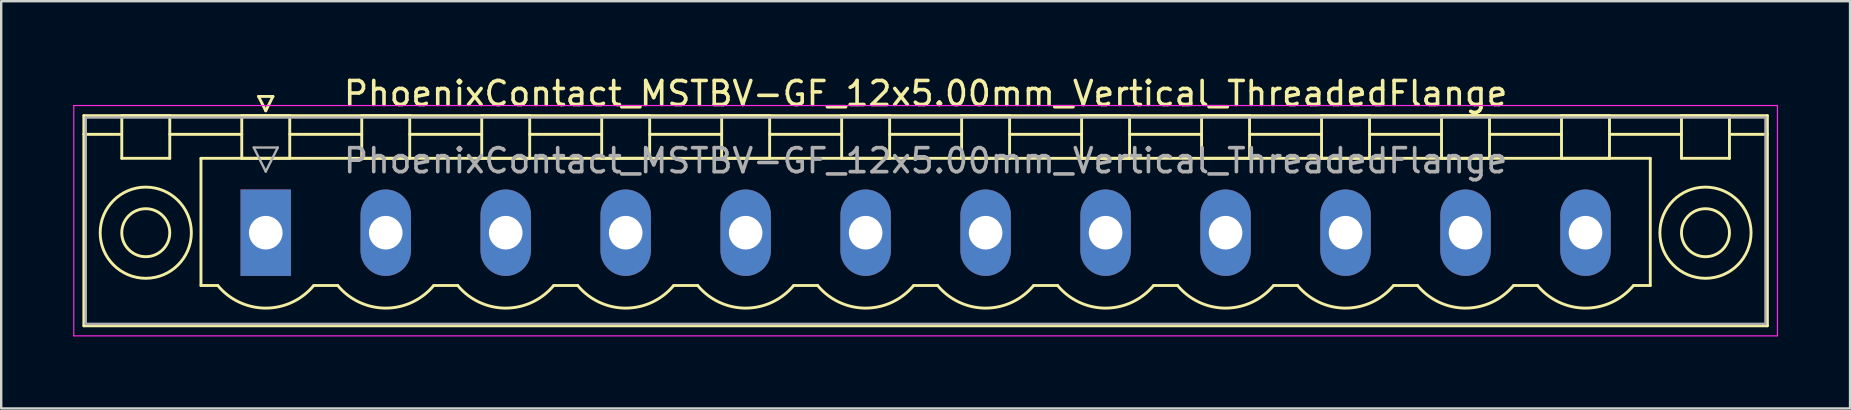
<source format=kicad_pcb>
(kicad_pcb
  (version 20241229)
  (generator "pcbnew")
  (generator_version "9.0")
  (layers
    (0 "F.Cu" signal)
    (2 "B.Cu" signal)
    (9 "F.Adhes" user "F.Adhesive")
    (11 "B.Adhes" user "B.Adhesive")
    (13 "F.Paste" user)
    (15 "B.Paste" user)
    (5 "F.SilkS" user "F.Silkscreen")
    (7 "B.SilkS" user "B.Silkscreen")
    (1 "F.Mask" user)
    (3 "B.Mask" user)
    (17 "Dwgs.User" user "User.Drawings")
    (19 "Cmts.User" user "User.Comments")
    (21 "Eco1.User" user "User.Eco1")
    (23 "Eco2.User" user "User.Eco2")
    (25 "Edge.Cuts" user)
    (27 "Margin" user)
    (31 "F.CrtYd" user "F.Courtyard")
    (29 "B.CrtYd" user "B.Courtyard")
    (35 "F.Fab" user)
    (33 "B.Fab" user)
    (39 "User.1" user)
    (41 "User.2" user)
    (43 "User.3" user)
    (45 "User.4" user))
  (footprint "PhoenixContact_MSTBV-GF_12x5.00mm_Vertical_ThreadedFlange"
    (layer "F.Cu")
    (at 8.025 6.648)
    (property "Reference" "PhoenixContact_MSTBV-GF_12x5.00mm_Vertical_ThreadedFlange" (at 27.5 -5.8 0) (layer "F.SilkS") (effects (font (size 1 1) (thickness 0.15))))
    (attr through_hole)
    (fp_line (start -7.58 -4.88) (end -7.58 3.88) (stroke (width 0.12) (type solid)) (layer "F.SilkS"))
    (fp_line (start -7.58 -4.1) (end -6.08 -4.1) (stroke (width 0.12) (type solid)) (layer "F.SilkS"))
    (fp_line (start -7.58 3.88) (end 62.58 3.88) (stroke (width 0.12) (type solid)) (layer "F.SilkS"))
    (fp_line (start -6 -4.88) (end -4 -4.88) (stroke (width 0.12) (type solid)) (layer "F.SilkS"))
    (fp_line (start -6 -3.1) (end -6 -4.88) (stroke (width 0.12) (type solid)) (layer "F.SilkS"))
    (fp_line (start -4 -4.88) (end -4 -3.1) (stroke (width 0.12) (type solid)) (layer "F.SilkS"))
    (fp_line (start -4 -4.1) (end -1 -4.1) (stroke (width 0.12) (type solid)) (layer "F.SilkS"))
    (fp_line (start -4 -3.1) (end -6 -3.1) (stroke (width 0.12) (type solid)) (layer "F.SilkS"))
    (fp_line (start -2.7 -3.1) (end 57.7 -3.1) (stroke (width 0.12) (type solid)) (layer "F.SilkS"))
    (fp_line (start -2.7 2.2) (end -2.7 -3.1) (stroke (width 0.12) (type solid)) (layer "F.SilkS"))
    (fp_line (start -2 2.2) (end -2.7 2.2) (stroke (width 0.12) (type solid)) (layer "F.SilkS"))
    (fp_line (start -1 -4.88) (end 1 -4.88) (stroke (width 0.12) (type solid)) (layer "F.SilkS"))
    (fp_line (start -1 -3.1) (end -1 -4.88) (stroke (width 0.12) (type solid)) (layer "F.SilkS"))
    (fp_line (start -0.3 -5.68) (end 0.3 -5.68) (stroke (width 0.12) (type solid)) (layer "F.SilkS"))
    (fp_line (start 0 -5.08) (end -0.3 -5.68) (stroke (width 0.12) (type solid)) (layer "F.SilkS"))
    (fp_line (start 0.3 -5.68) (end 0 -5.08) (stroke (width 0.12) (type solid)) (layer "F.SilkS"))
    (fp_line (start 1 -4.88) (end 1 -3.1) (stroke (width 0.12) (type solid)) (layer "F.SilkS"))
    (fp_line (start 1 -4.1) (end 4 -4.1) (stroke (width 0.12) (type solid)) (layer "F.SilkS"))
    (fp_line (start 1 -3.1) (end -1 -3.1) (stroke (width 0.12) (type solid)) (layer "F.SilkS"))
    (fp_line (start 2 2.2) (end 3 2.2) (stroke (width 0.12) (type solid)) (layer "F.SilkS"))
    (fp_line (start 4 -4.88) (end 6 -4.88) (stroke (width 0.12) (type solid)) (layer "F.SilkS"))
    (fp_line (start 4 -3.1) (end 4 -4.88) (stroke (width 0.12) (type solid)) (layer "F.SilkS"))
    (fp_line (start 6 -4.88) (end 6 -3.1) (stroke (width 0.12) (type solid)) (layer "F.SilkS"))
    (fp_line (start 6 -4.1) (end 9 -4.1) (stroke (width 0.12) (type solid)) (layer "F.SilkS"))
    (fp_line (start 6 -3.1) (end 4 -3.1) (stroke (width 0.12) (type solid)) (layer "F.SilkS"))
    (fp_line (start 7 2.2) (end 8 2.2) (stroke (width 0.12) (type solid)) (layer "F.SilkS"))
    (fp_line (start 9 -4.88) (end 11 -4.88) (stroke (width 0.12) (type solid)) (layer "F.SilkS"))
    (fp_line (start 9 -3.1) (end 9 -4.88) (stroke (width 0.12) (type solid)) (layer "F.SilkS"))
    (fp_line (start 11 -4.88) (end 11 -3.1) (stroke (width 0.12) (type solid)) (layer "F.SilkS"))
    (fp_line (start 11 -4.1) (end 14 -4.1) (stroke (width 0.12) (type solid)) (layer "F.SilkS"))
    (fp_line (start 11 -3.1) (end 9 -3.1) (stroke (width 0.12) (type solid)) (layer "F.SilkS"))
    (fp_line (start 12 2.2) (end 13 2.2) (stroke (width 0.12) (type solid)) (layer "F.SilkS"))
    (fp_line (start 14 -4.88) (end 16 -4.88) (stroke (width 0.12) (type solid)) (layer "F.SilkS"))
    (fp_line (start 14 -3.1) (end 14 -4.88) (stroke (width 0.12) (type solid)) (layer "F.SilkS"))
    (fp_line (start 16 -4.88) (end 16 -3.1) (stroke (width 0.12) (type solid)) (layer "F.SilkS"))
    (fp_line (start 16 -4.1) (end 19 -4.1) (stroke (width 0.12) (type solid)) (layer "F.SilkS"))
    (fp_line (start 16 -3.1) (end 14 -3.1) (stroke (width 0.12) (type solid)) (layer "F.SilkS"))
    (fp_line (start 17 2.2) (end 18 2.2) (stroke (width 0.12) (type solid)) (layer "F.SilkS"))
    (fp_line (start 19 -4.88) (end 21 -4.88) (stroke (width 0.12) (type solid)) (layer "F.SilkS"))
    (fp_line (start 19 -3.1) (end 19 -4.88) (stroke (width 0.12) (type solid)) (layer "F.SilkS"))
    (fp_line (start 21 -4.88) (end 21 -3.1) (stroke (width 0.12) (type solid)) (layer "F.SilkS"))
    (fp_line (start 21 -4.1) (end 24 -4.1) (stroke (width 0.12) (type solid)) (layer "F.SilkS"))
    (fp_line (start 21 -3.1) (end 19 -3.1) (stroke (width 0.12) (type solid)) (layer "F.SilkS"))
    (fp_line (start 22 2.2) (end 23 2.2) (stroke (width 0.12) (type solid)) (layer "F.SilkS"))
    (fp_line (start 24 -4.88) (end 26 -4.88) (stroke (width 0.12) (type solid)) (layer "F.SilkS"))
    (fp_line (start 24 -3.1) (end 24 -4.88) (stroke (width 0.12) (type solid)) (layer "F.SilkS"))
    (fp_line (start 26 -4.88) (end 26 -3.1) (stroke (width 0.12) (type solid)) (layer "F.SilkS"))
    (fp_line (start 26 -4.1) (end 29 -4.1) (stroke (width 0.12) (type solid)) (layer "F.SilkS"))
    (fp_line (start 26 -3.1) (end 24 -3.1) (stroke (width 0.12) (type solid)) (layer "F.SilkS"))
    (fp_line (start 27 2.2) (end 28 2.2) (stroke (width 0.12) (type solid)) (layer "F.SilkS"))
    (fp_line (start 29 -4.88) (end 31 -4.88) (stroke (width 0.12) (type solid)) (layer "F.SilkS"))
    (fp_line (start 29 -3.1) (end 29 -4.88) (stroke (width 0.12) (type solid)) (layer "F.SilkS"))
    (fp_line (start 31 -4.88) (end 31 -3.1) (stroke (width 0.12) (type solid)) (layer "F.SilkS"))
    (fp_line (start 31 -4.1) (end 34 -4.1) (stroke (width 0.12) (type solid)) (layer "F.SilkS"))
    (fp_line (start 31 -3.1) (end 29 -3.1) (stroke (width 0.12) (type solid)) (layer "F.SilkS"))
    (fp_line (start 32 2.2) (end 33 2.2) (stroke (width 0.12) (type solid)) (layer "F.SilkS"))
    (fp_line (start 34 -4.88) (end 36 -4.88) (stroke (width 0.12) (type solid)) (layer "F.SilkS"))
    (fp_line (start 34 -3.1) (end 34 -4.88) (stroke (width 0.12) (type solid)) (layer "F.SilkS"))
    (fp_line (start 36 -4.88) (end 36 -3.1) (stroke (width 0.12) (type solid)) (layer "F.SilkS"))
    (fp_line (start 36 -4.1) (end 39 -4.1) (stroke (width 0.12) (type solid)) (layer "F.SilkS"))
    (fp_line (start 36 -3.1) (end 34 -3.1) (stroke (width 0.12) (type solid)) (layer "F.SilkS"))
    (fp_line (start 37 2.2) (end 38 2.2) (stroke (width 0.12) (type solid)) (layer "F.SilkS"))
    (fp_line (start 39 -4.88) (end 41 -4.88) (stroke (width 0.12) (type solid)) (layer "F.SilkS"))
    (fp_line (start 39 -3.1) (end 39 -4.88) (stroke (width 0.12) (type solid)) (layer "F.SilkS"))
    (fp_line (start 41 -4.88) (end 41 -3.1) (stroke (width 0.12) (type solid)) (layer "F.SilkS"))
    (fp_line (start 41 -4.1) (end 44 -4.1) (stroke (width 0.12) (type solid)) (layer "F.SilkS"))
    (fp_line (start 41 -3.1) (end 39 -3.1) (stroke (width 0.12) (type solid)) (layer "F.SilkS"))
    (fp_line (start 42 2.2) (end 43 2.2) (stroke (width 0.12) (type solid)) (layer "F.SilkS"))
    (fp_line (start 44 -4.88) (end 46 -4.88) (stroke (width 0.12) (type solid)) (layer "F.SilkS"))
    (fp_line (start 44 -3.1) (end 44 -4.88) (stroke (width 0.12) (type solid)) (layer "F.SilkS"))
    (fp_line (start 46 -4.88) (end 46 -3.1) (stroke (width 0.12) (type solid)) (layer "F.SilkS"))
    (fp_line (start 46 -4.1) (end 49 -4.1) (stroke (width 0.12) (type solid)) (layer "F.SilkS"))
    (fp_line (start 46 -3.1) (end 44 -3.1) (stroke (width 0.12) (type solid)) (layer "F.SilkS"))
    (fp_line (start 47 2.2) (end 48 2.2) (stroke (width 0.12) (type solid)) (layer "F.SilkS"))
    (fp_line (start 49 -4.88) (end 51 -4.88) (stroke (width 0.12) (type solid)) (layer "F.SilkS"))
    (fp_line (start 49 -3.1) (end 49 -4.88) (stroke (width 0.12) (type solid)) (layer "F.SilkS"))
    (fp_line (start 51 -4.88) (end 51 -3.1) (stroke (width 0.12) (type solid)) (layer "F.SilkS"))
    (fp_line (start 51 -4.1) (end 54 -4.1) (stroke (width 0.12) (type solid)) (layer "F.SilkS"))
    (fp_line (start 51 -3.1) (end 49 -3.1) (stroke (width 0.12) (type solid)) (layer "F.SilkS"))
    (fp_line (start 52 2.2) (end 53 2.2) (stroke (width 0.12) (type solid)) (layer "F.SilkS"))
    (fp_line (start 54 -4.88) (end 56 -4.88) (stroke (width 0.12) (type solid)) (layer "F.SilkS"))
    (fp_line (start 54 -3.1) (end 54 -4.88) (stroke (width 0.12) (type solid)) (layer "F.SilkS"))
    (fp_line (start 56 -4.88) (end 56 -3.1) (stroke (width 0.12) (type solid)) (layer "F.SilkS"))
    (fp_line (start 56 -4.1) (end 59 -4.1) (stroke (width 0.12) (type solid)) (layer "F.SilkS"))
    (fp_line (start 56 -3.1) (end 54 -3.1) (stroke (width 0.12) (type solid)) (layer "F.SilkS"))
    (fp_line (start 57.7 -3.1) (end 57.7 2.2) (stroke (width 0.12) (type solid)) (layer "F.SilkS"))
    (fp_line (start 57.7 2.2) (end 57 2.2) (stroke (width 0.12) (type solid)) (layer "F.SilkS"))
    (fp_line (start 59 -4.88) (end 61 -4.88) (stroke (width 0.12) (type solid)) (layer "F.SilkS"))
    (fp_line (start 59 -3.1) (end 59 -4.88) (stroke (width 0.12) (type solid)) (layer "F.SilkS"))
    (fp_line (start 61 -4.88) (end 61 -3.1) (stroke (width 0.12) (type solid)) (layer "F.SilkS"))
    (fp_line (start 61 -3.1) (end 59 -3.1) (stroke (width 0.12) (type solid)) (layer "F.SilkS"))
    (fp_line (start 62.58 -4.88) (end -7.58 -4.88) (stroke (width 0.12) (type solid)) (layer "F.SilkS"))
    (fp_line (start 62.58 -4.1) (end 61.08 -4.1) (stroke (width 0.12) (type solid)) (layer "F.SilkS"))
    (fp_line (start 62.58 3.88) (end 62.58 -4.88) (stroke (width 0.12) (type solid)) (layer "F.SilkS"))
    (fp_arc (start 1.986842 2.215821) (mid -0.010289 3.142758) (end -2 2.2) (stroke (width 0.12) (type solid)) (layer "F.SilkS"))
    (fp_arc (start 6.986842 2.215821) (mid 4.989711 3.142758) (end 3 2.2) (stroke (width 0.12) (type solid)) (layer "F.SilkS"))
    (fp_arc (start 11.986842 2.215821) (mid 9.989711 3.142758) (end 8 2.2) (stroke (width 0.12) (type solid)) (layer "F.SilkS"))
    (fp_arc (start 16.986842 2.215821) (mid 14.989711 3.142758) (end 13 2.2) (stroke (width 0.12) (type solid)) (layer "F.SilkS"))
    (fp_arc (start 21.986842 2.215821) (mid 19.989711 3.142758) (end 18 2.2) (stroke (width 0.12) (type solid)) (layer "F.SilkS"))
    (fp_arc (start 26.986842 2.215821) (mid 24.989711 3.142758) (end 23 2.2) (stroke (width 0.12) (type solid)) (layer "F.SilkS"))
    (fp_arc (start 31.986842 2.215821) (mid 29.989711 3.142758) (end 28 2.2) (stroke (width 0.12) (type solid)) (layer "F.SilkS"))
    (fp_arc (start 36.986842 2.215821) (mid 34.989711 3.142758) (end 33 2.2) (stroke (width 0.12) (type solid)) (layer "F.SilkS"))
    (fp_arc (start 41.986842 2.215821) (mid 39.989711 3.142758) (end 38 2.2) (stroke (width 0.12) (type solid)) (layer "F.SilkS"))
    (fp_arc (start 46.986842 2.215821) (mid 44.989711 3.142758) (end 43 2.2) (stroke (width 0.12) (type solid)) (layer "F.SilkS"))
    (fp_arc (start 51.986842 2.215821) (mid 49.989711 3.142758) (end 48 2.2) (stroke (width 0.12) (type solid)) (layer "F.SilkS"))
    (fp_arc (start 56.986842 2.215821) (mid 54.989711 3.142758) (end 53 2.2) (stroke (width 0.12) (type solid)) (layer "F.SilkS"))
    (fp_circle (center -5 0) (end -4 0) (stroke (width 0.12) (type solid)) (fill no) (layer "F.SilkS"))
    (fp_circle (center -5 0) (end -3.1 0) (stroke (width 0.12) (type solid)) (fill no) (layer "F.SilkS"))
    (fp_circle (center 60 0) (end 61 0) (stroke (width 0.12) (type solid)) (fill no) (layer "F.SilkS"))
    (fp_circle (center 60 0) (end 61.9 0) (stroke (width 0.12) (type solid)) (fill no) (layer "F.SilkS"))
    (fp_line (start -8 -5.3) (end -8 4.3) (stroke (width 0.05) (type solid)) (layer "F.CrtYd"))
    (fp_line (start -8 4.3) (end 63 4.3) (stroke (width 0.05) (type solid)) (layer "F.CrtYd"))
    (fp_line (start 63 -5.3) (end -8 -5.3) (stroke (width 0.05) (type solid)) (layer "F.CrtYd"))
    (fp_line (start 63 4.3) (end 63 -5.3) (stroke (width 0.05) (type solid)) (layer "F.CrtYd"))
    (fp_line (start -7.5 -4.8) (end -7.5 3.8) (stroke (width 0.1) (type solid)) (layer "F.Fab"))
    (fp_line (start -7.5 3.8) (end 62.5 3.8) (stroke (width 0.1) (type solid)) (layer "F.Fab"))
    (fp_line (start -0.5 -3.55) (end 0.5 -3.55) (stroke (width 0.1) (type solid)) (layer "F.Fab"))
    (fp_line (start 0 -2.55) (end -0.5 -3.55) (stroke (width 0.1) (type solid)) (layer "F.Fab"))
    (fp_line (start 0.5 -3.55) (end 0 -2.55) (stroke (width 0.1) (type solid)) (layer "F.Fab"))
    (fp_line (start 62.5 -4.8) (end -7.5 -4.8) (stroke (width 0.1) (type solid)) (layer "F.Fab"))
    (fp_line (start 62.5 3.8) (end 62.5 -4.8) (stroke (width 0.1) (type solid)) (layer "F.Fab"))
    (fp_text user "${REFERENCE}" (at 27.5 -3 0) (layer "F.Fab") (effects (font (size 1 1) (thickness 0.15))))
    (pad "1" thru_hole rect (at 0 0) (size 2.1 3.6) (drill 1.4) (layers "*.Cu" "*.Mask"))
    (pad "2" thru_hole oval (at 5 0) (size 2.1 3.6) (drill 1.4) (layers "*.Cu" "*.Mask"))
    (pad "3" thru_hole oval (at 10 0) (size 2.1 3.6) (drill 1.4) (layers "*.Cu" "*.Mask"))
    (pad "4" thru_hole oval (at 15 0) (size 2.1 3.6) (drill 1.4) (layers "*.Cu" "*.Mask"))
    (pad "5" thru_hole oval (at 20 0) (size 2.1 3.6) (drill 1.4) (layers "*.Cu" "*.Mask"))
    (pad "6" thru_hole oval (at 25 0) (size 2.1 3.6) (drill 1.4) (layers "*.Cu" "*.Mask"))
    (pad "7" thru_hole oval (at 30 0) (size 2.1 3.6) (drill 1.4) (layers "*.Cu" "*.Mask"))
    (pad "8" thru_hole oval (at 35 0) (size 2.1 3.6) (drill 1.4) (layers "*.Cu" "*.Mask"))
    (pad "9" thru_hole oval (at 40 0) (size 2.1 3.6) (drill 1.4) (layers "*.Cu" "*.Mask"))
    (pad "10" thru_hole oval (at 45 0) (size 2.1 3.6) (drill 1.4) (layers "*.Cu" "*.Mask"))
    (pad "11" thru_hole oval (at 50 0) (size 2.1 3.6) (drill 1.4) (layers "*.Cu" "*.Mask"))
    (pad "12" thru_hole oval (at 55 0) (size 2.1 3.6) (drill 1.4) (layers "*.Cu" "*.Mask")))
  (gr_rect
    (start -3 -3)
    (end 74.05 13.973)
    (stroke (width 0.1) (type default))
    (fill no)
    (layer "Edge.Cuts")))
</source>
